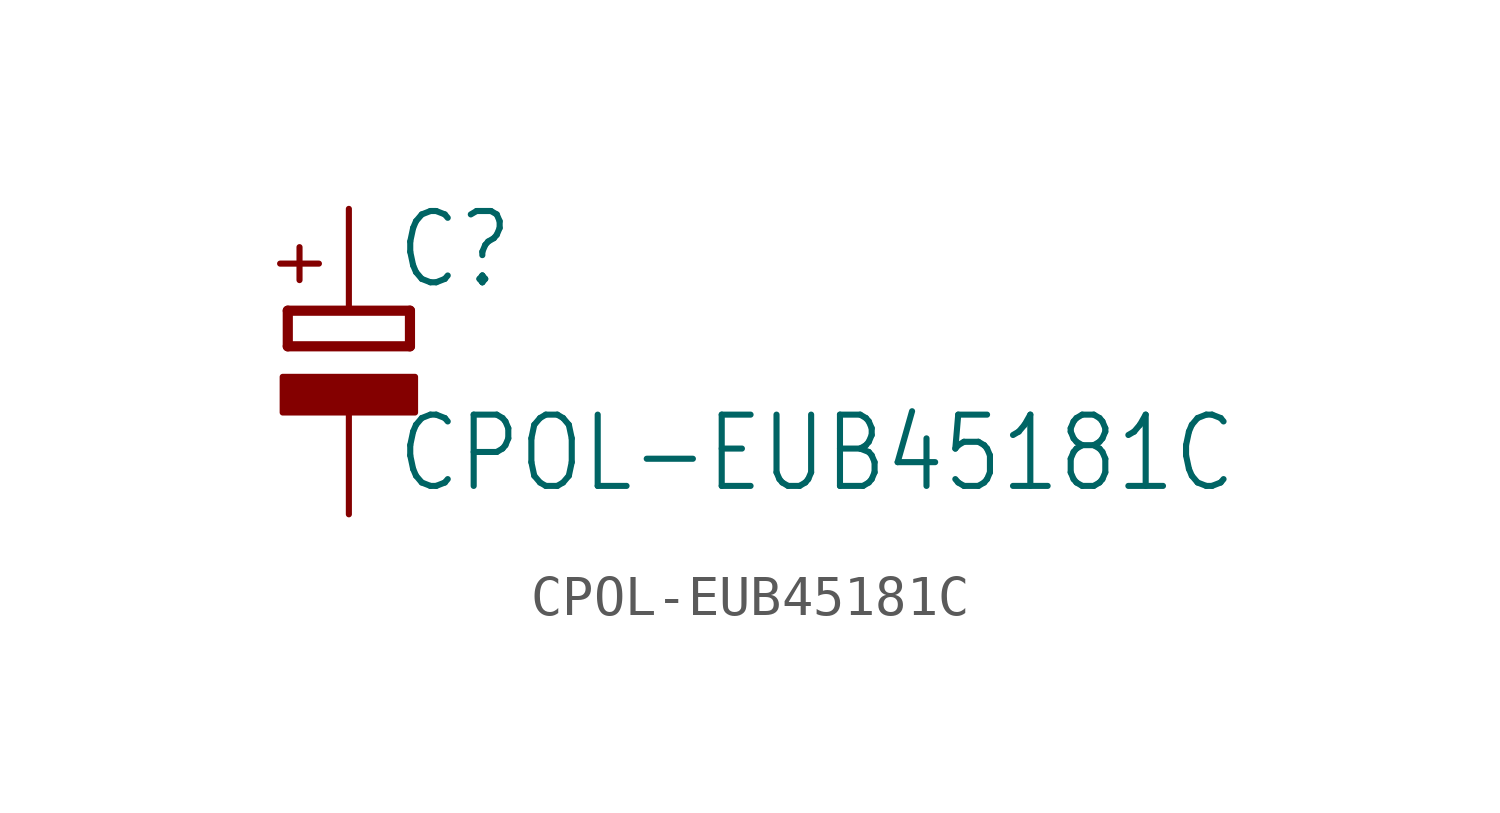
<source format=kicad_sym>
(kicad_symbol_lib
  (version 20211014)
  (generator kicad_symbol_editor)
  (symbol "CPOL-EUB45181C"
    (property "Reference" "C"
      (at 1.143 0.483 0)
      (effects (font (size 1.778 1.511)) (justify left bottom)))
    (property "Value" "CPOL-EUB45181C"
      (at 1.143 -4.597 0)
      (effects (font (size 1.778 1.511)) (justify left bottom)))
    (property "ki_locked" ""
      (at 0 0 0)
      (effects (font (size 1.27 1.27))))
    (symbol "CPOL-EUB45181C_1_0"
      (rectangle (start -1.651 -2.54) (end 1.651 -1.651) (stroke (width 0) (type default) (color 0 0 0 0)) (fill (type outline)))
      (polyline (pts (xy -1.524 -0.889) (xy 1.524 -0.889)) (stroke (width 0.254) (type default) (color 0 0 0 0)) (fill (type none)))
      (polyline (pts (xy -1.524 0) (xy -1.524 -0.889)) (stroke (width 0.254) (type default) (color 0 0 0 0)) (fill (type none)))
      (polyline (pts (xy -1.524 0) (xy 1.524 0)) (stroke (width 0.254) (type default) (color 0 0 0 0)) (fill (type none)))
      (polyline (pts (xy 1.524 -0.889) (xy 1.524 0)) (stroke (width 0.254) (type default) (color 0 0 0 0)) (fill (type none)))
      (text "+" (at -0.584 0.406 900) (effects (font (size 1.27 1.079)) (justify left bottom)))
      (pin passive line (at 0 2.54 270) (length 2.54) (name "+" (effects (font (size 0 0)))) (number "+" (effects (font (size 0 0)))))
      (pin passive line (at 0 -5.08 90) (length 2.54) (name "-" (effects (font (size 0 0)))) (number "-" (effects (font (size 0 0))))))))
</source>
